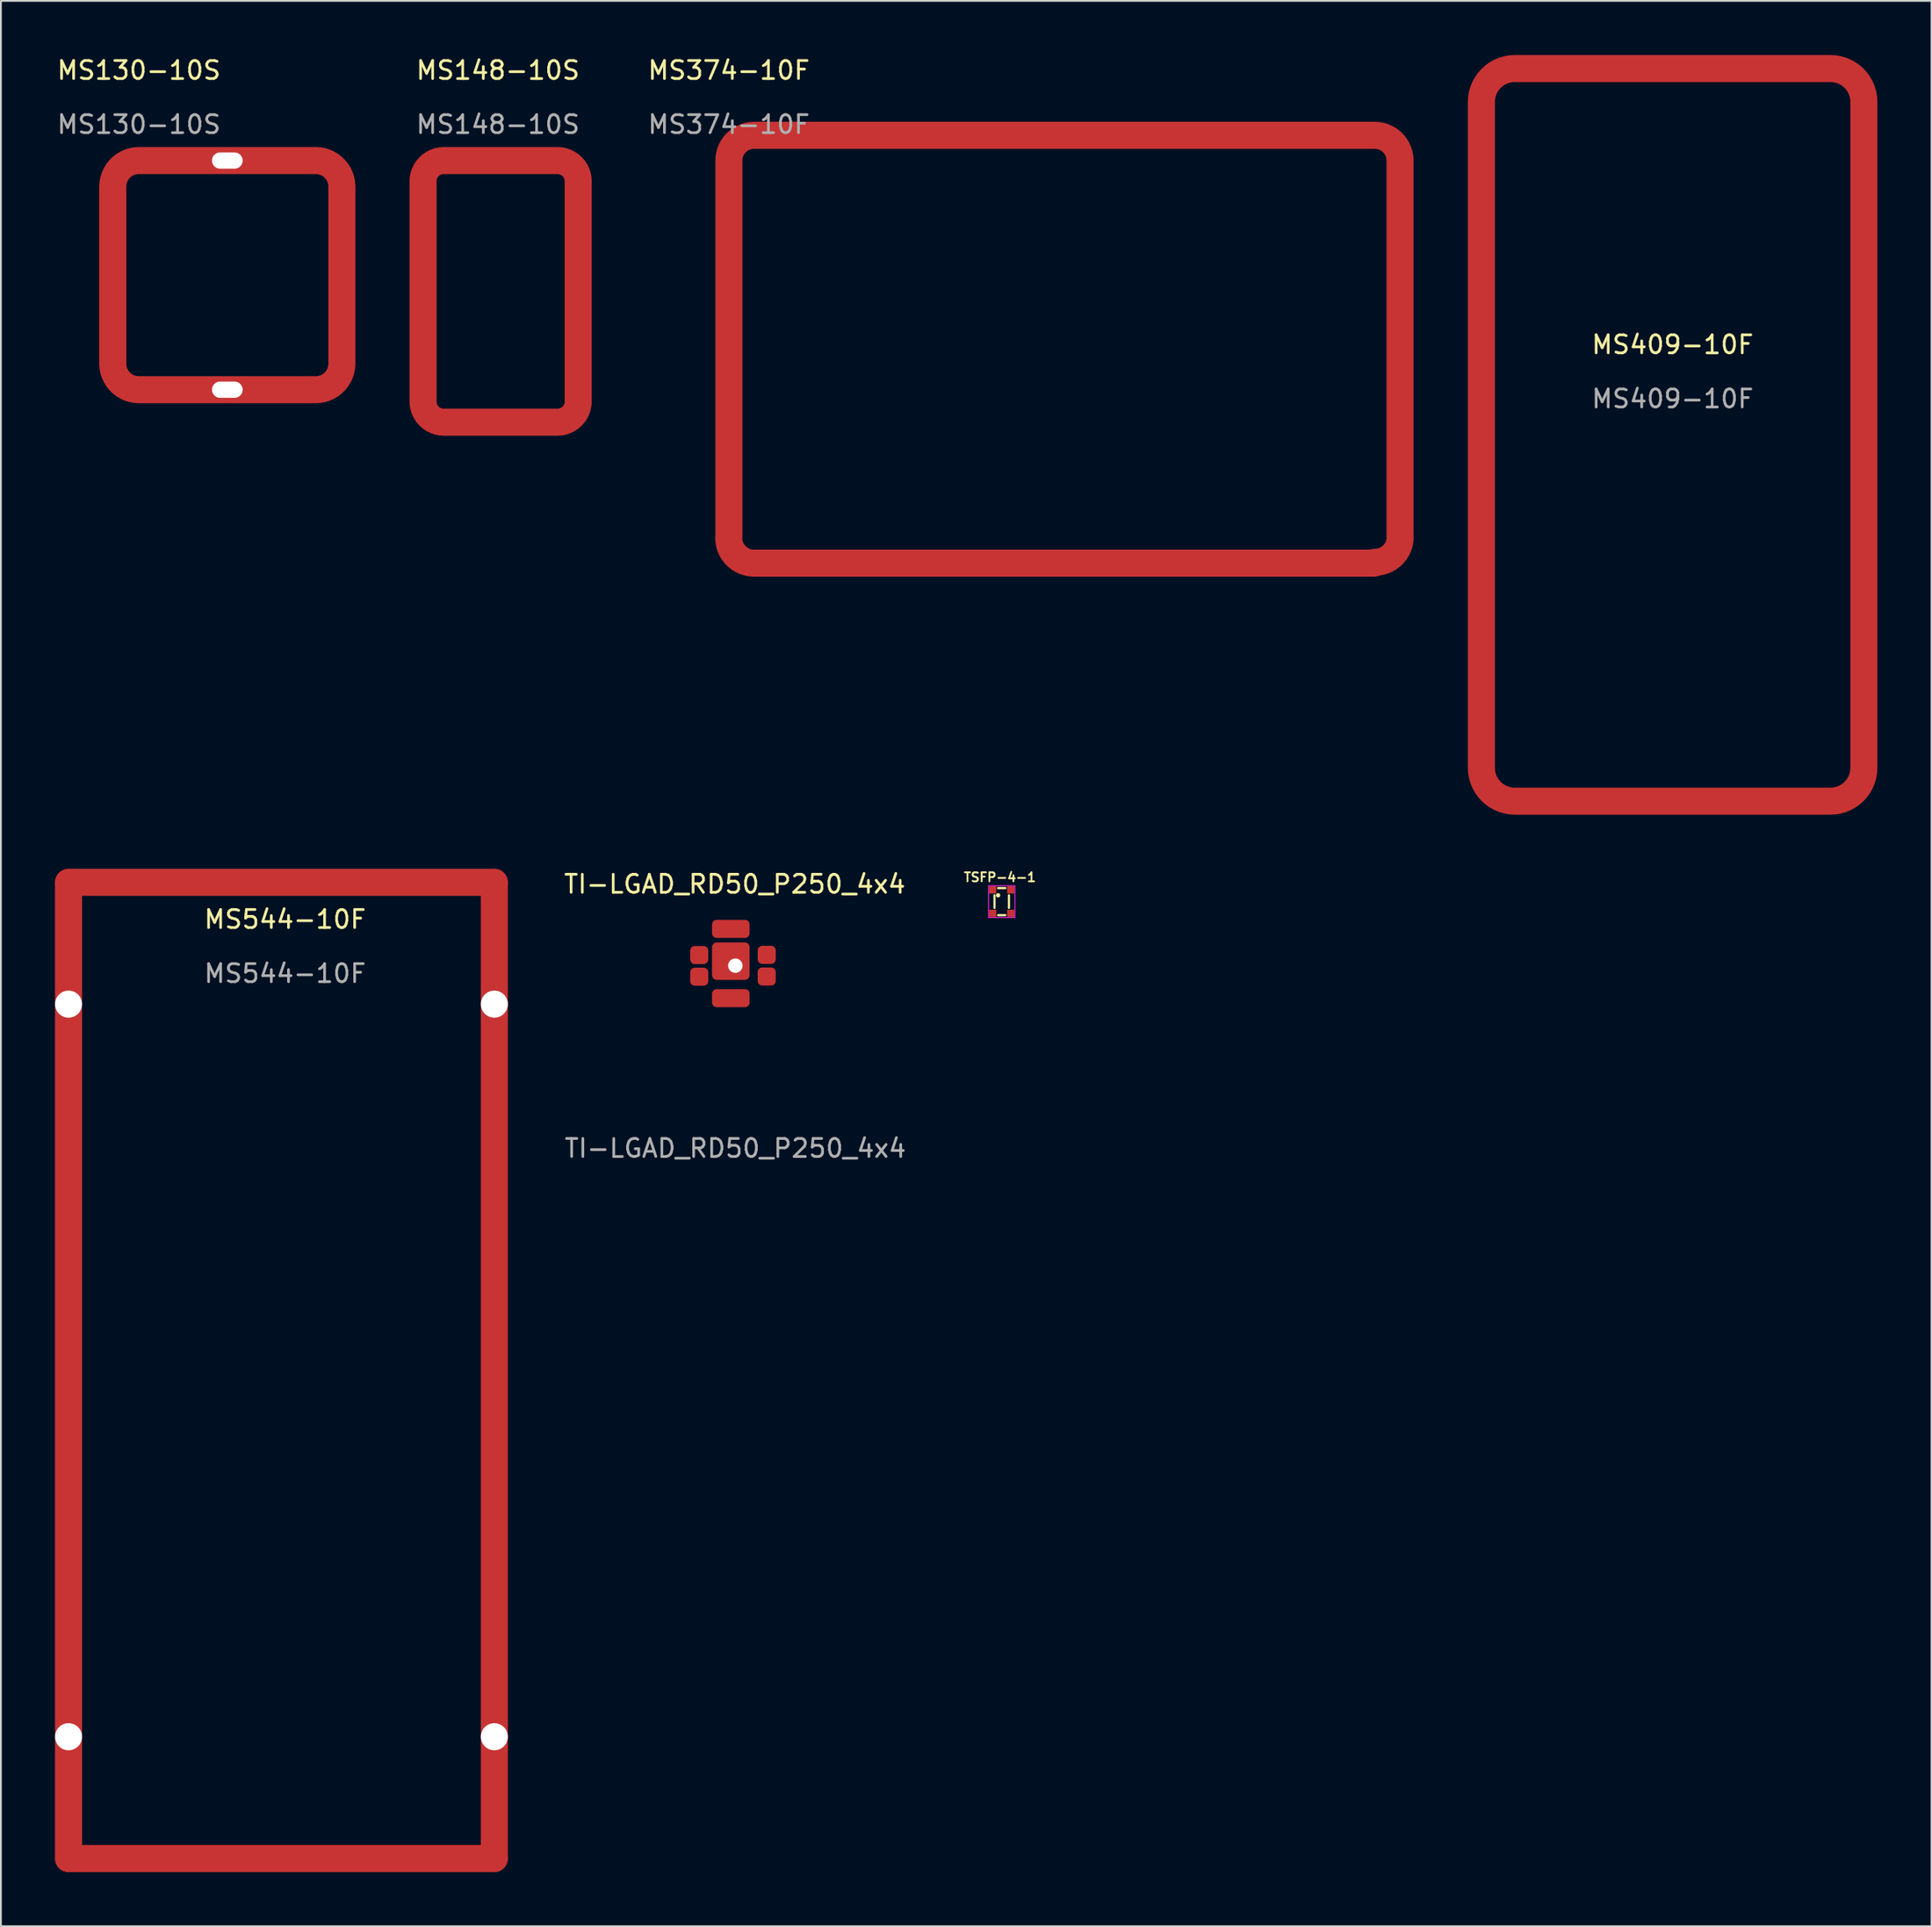
<source format=kicad_pcb>
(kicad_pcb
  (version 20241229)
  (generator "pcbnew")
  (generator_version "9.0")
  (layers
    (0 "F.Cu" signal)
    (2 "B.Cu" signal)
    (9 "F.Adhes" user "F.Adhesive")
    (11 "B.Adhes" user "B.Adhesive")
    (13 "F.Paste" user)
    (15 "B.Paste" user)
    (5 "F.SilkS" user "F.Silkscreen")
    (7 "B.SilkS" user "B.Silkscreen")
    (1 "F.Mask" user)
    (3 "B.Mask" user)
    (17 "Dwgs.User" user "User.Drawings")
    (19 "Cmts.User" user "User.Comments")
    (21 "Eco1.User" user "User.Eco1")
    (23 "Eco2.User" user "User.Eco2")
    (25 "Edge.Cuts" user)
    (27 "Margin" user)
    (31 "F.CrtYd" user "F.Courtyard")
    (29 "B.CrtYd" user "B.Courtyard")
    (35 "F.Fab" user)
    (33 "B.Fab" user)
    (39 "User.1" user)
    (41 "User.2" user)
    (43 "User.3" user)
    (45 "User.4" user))
  (footprint "MS409-10F"
    (layer "F.Cu")
    (at 89.66 21.05)
    (property "Reference" "MS409-10F" (at 0 -5 0) (unlocked yes) (layer "F.SilkS") (effects (font (size 1 1) (thickness 0.15))))
    (attr smd)
    (fp_text user "${REFERENCE}" (at 0 -2 0) (unlocked yes) (layer "F.Fab") (effects (font (size 1 1) (thickness 0.15))))
    (pad "1" smd rect (at -10.6 0 180) (size 1 36.9) (layers "F.Cu" "F.Mask" "F.Paste"))
    (pad "1" smd custom (at 0 -20.3) (size 17.5 1) (layers "F.Cu" "F.Mask" "F.Paste") (options (anchor rect)) (primitives (gr_line (start -8.75 0) (end 8.75 0) (width 1.5)) (gr_arc (start -10.6 1.85) (mid -10.05815 0.541853) (end -8.750004 0) (width 1.5)) (gr_line (start -10.6 38.75) (end -10.6 1.85) (width 1.5)) (gr_arc (start -8.75 40.6) (mid -10.058147 40.05815) (end -10.6 38.750004) (width 1.5)) (gr_line (start 8.75 40.6) (end -8.75 40.6) (width 1.5)) (gr_arc (start 10.6 38.75) (mid 10.058148 40.058148) (end 8.75 40.6) (width 1.5)) (gr_line (start 10.6 1.85) (end 10.6 38.75) (width 1.5)) (gr_arc (start 8.75 0) (mid 10.058148 0.541852) (end 10.6 1.85) (width 1.5))))
    (pad "1" smd rect (at 0 20.3) (size 17.5 1) (layers "F.Cu" "F.Mask" "F.Paste"))
    (pad "1" smd rect (at 10.6 0 180) (size 1 36.9) (layers "F.Cu" "F.Mask" "F.Paste")))
  (footprint "MS130-10S"
    (layer "F.Cu")
    (at 4.649 5.848)
    (property "Reference" "MS130-10S" (at 0 -5 0) (unlocked yes) (layer "F.SilkS") (effects (font (size 1 1) (thickness 0.15))))
    (attr smd)
    (fp_text user "${REFERENCE}" (at 0 -2 0) (unlocked yes) (layer "F.Fab") (effects (font (size 1 1) (thickness 0.15))))
    (pad "" np_thru_hole oval (at 4.9 0) (size 1.7 0.9) (drill oval 1.7 0.9) (layers "*.Cu"))
    (pad "" np_thru_hole oval (at 4.9 12.7) (size 1.7 0.9) (drill oval 1.7 0.9) (layers "*.Cu"))
    (pad "1" smd custom (at 5 -0.038) (size 10 0.925) (layers "F.Cu" "F.Mask") (options (anchor rect)) (primitives (gr_arc (start -6.449999 1.487651) (mid -6.025305 0.462347) (end -5.000001 0.037651) (width 1.5)) (gr_line (start -6.45 1.488) (end -6.45 11.288) (width 1.5)) (gr_arc (start -4.999999 12.737651) (mid -6.025303 12.312957) (end -6.449999 11.287653) (width 1.5)) (gr_line (start -5 12.738) (end 4.8 12.738) (width 1.5)) (gr_arc (start 6.250001 11.287651) (mid 5.827093 12.311165) (end 4.80506 12.737642) (width 1.5)) (gr_line (start 4.8 0.038) (end -5 0.038) (width 1.5)) (gr_line (start 6.25 1.488) (end 6.25 11.288) (width 1.5)) (gr_arc (start 4.800001 0.037651) (mid 5.823514 0.460559) (end 6.24999 1.48259) (width 1.5)))))
  (footprint "TI-LGAD_RD50_P250_4x4"
    (layer "F.Cu")
    (at 37.707 50.468)
    (property "Reference" "TI-LGAD_RD50_P250_4x4" (at -0.03 -4.52 0) (unlocked yes) (layer "F.SilkS") (effects (font (size 1 1) (thickness 0.15))))
    (attr smd)
    (fp_text user "${REFERENCE}" (at 0 10.12 0) (unlocked yes) (layer "F.Fab") (effects (font (size 1 1) (thickness 0.15))))
    (pad "" np_thru_hole circle (at 0 0 90) (size 0.8 0.8) (drill 0.8) (layers "*.Cu"))
    (pad "1" smd roundrect (at -0.25 -0.25) (size 2.08 2.08) (layers "F.Cu" "F.Mask") (roundrect_rratio 0.125))
    (pad "2" smd roundrect (at -0.25 -2.04) (size 2.08 1) (layers "F.Cu" "F.Mask") (roundrect_rratio 0.25))
    (pad "2" smd roundrect (at -0.25 1.8) (size 2.08 1) (layers "F.Cu" "F.Mask") (roundrect_rratio 0.25))
    (pad "3" smd roundrect (at -2 -0.59) (size 1 1) (layers "F.Cu" "F.Mask") (roundrect_rratio 0.25))
    (pad "4" smd roundrect (at -2 0.61) (size 1 1) (layers "F.Cu" "F.Mask") (roundrect_rratio 0.25))
    (pad "5" smd roundrect (at 1.74 0.6) (size 1 1) (layers "F.Cu" "F.Mask") (roundrect_rratio 0.25))
    (pad "6" smd roundrect (at 1.74 -0.6) (size 1 1) (layers "F.Cu" "F.Mask") (roundrect_rratio 0.25)))
  (footprint "TSFP-4-1"
    (layer "F.Cu")
    (at 51.973 46.268)
    (property "Reference" "TSFP-4-1" (at 0.4 -0.7 0) (layer "F.SilkS") (effects (font (size 0.5 0.5) (thickness 0.1))))
    (attr through_hole)
    (fp_line (start 0.1 1) (end 0.1 0.3) (stroke (width 0.12) (type solid)) (layer "F.SilkS"))
    (fp_line (start 0.3 -0.1) (end 0.7 -0.1) (stroke (width 0.12) (type solid)) (layer "F.SilkS"))
    (fp_line (start 0.7 1.4) (end 0.3 1.4) (stroke (width 0.12) (type solid)) (layer "F.SilkS"))
    (fp_line (start 0.9 0.3) (end 0.9 1) (stroke (width 0.12) (type solid)) (layer "F.SilkS"))
    (fp_circle (center 0.3 0.3) (end 0.36 0.3) (stroke (width 0.12) (type solid)) (fill no) (layer "F.SilkS"))
    (fp_rect (start -0.23 -0.23) (end 1.23 1.53) (stroke (width 0.05) (type solid)) (fill no) (layer "F.CrtYd"))
    (pad "1" smd rect (at 0 0) (size 0.4 0.4) (layers "F.Cu" "F.Mask" "F.Paste"))
    (pad "2" smd rect (at 0 1.3) (size 0.4 0.4) (layers "F.Cu" "F.Mask" "F.Paste"))
    (pad "3" smd rect (at 1 1.3) (size 0.4 0.4) (layers "F.Cu" "F.Mask" "F.Paste"))
    (pad "4" smd rect (at 1 0) (size 0.4 0.4) (layers "F.Cu" "F.Mask" "F.Paste")))
  (footprint "MS148-10S"
    (layer "F.Cu")
    (at 24.549 5.848)
    (property "Reference" "MS148-10S" (at 0 -5 0) (unlocked yes) (layer "F.SilkS") (effects (font (size 1 1) (thickness 0.15))))
    (attr smd)
    (fp_text user "${REFERENCE}" (at 0 -2 0) (unlocked yes) (layer "F.Fab") (effects (font (size 1 1) (thickness 0.15))))
    (pad "1" smd rect (at -4.15 7.075 180) (size 1 12.35) (layers "F.Cu" "F.Mask" "F.Paste"))
    (pad "1" smd rect (at 0.15 14.5) (size 6.5 1) (layers "F.Cu" "F.Mask" "F.Paste"))
    (pad "1" smd custom (at 0.4 0) (size 6.5 1) (layers "F.Cu" "F.Mask" "F.Paste") (options (anchor rect)) (primitives (gr_line (start -3.4 0) (end 2.9 0) (width 1.5)) (gr_arc (start -4.55 1.15) (mid -4.213174 0.336828) (end -3.400002 0) (width 1.5)) (gr_line (start -4.55 13.35) (end -4.55 1.15) (width 1.5)) (gr_arc (start -3.4 14.5) (mid -4.212465 14.163876) (end -4.549998 13.351995) (width 1.5)) (gr_line (start -3.4 14.5) (end 2.9 14.5) (width 1.5)) (gr_arc (start 4.05 13.35) (mid 3.713173 14.163173) (end 2.9 14.5) (width 1.5)) (gr_line (start 4.05 13.35) (end 4.05 1.15) (width 1.5)) (gr_arc (start 2.9 0) (mid 3.712488 0.336178) (end 4.049998 1.148113) (width 1.5))))
    (pad "1" smd rect (at 4.45 7.25 180) (size 1 12.35) (layers "F.Cu" "F.Mask" "F.Paste")))
  (footprint "MS544-10F"
    (layer "F.Cu")
    (at 0.75 72.9)
    (property "Reference" "MS544-10F" (at 12 -25 0) (unlocked yes) (layer "F.SilkS") (effects (font (size 1 1) (thickness 0.15))))
    (attr smd)
    (fp_text user "${REFERENCE}" (at 12 -22 0) (unlocked yes) (layer "F.Fab") (effects (font (size 1 1) (thickness 0.15))))
    (pad "" np_thru_hole circle (at 0 -20.3) (size 1.5 1.5) (drill 1.5) (layers "*.Cu" "*.Mask"))
    (pad "" np_thru_hole circle (at 0 20.3) (size 1.5 1.5) (drill 1.5) (layers "*.Cu" "*.Mask"))
    (pad "" np_thru_hole circle (at 23.6 -20.3) (size 1.5 1.5) (drill 1.5) (layers "*.Cu" "*.Mask"))
    (pad "" np_thru_hole circle (at 23.6 20.3) (size 1.5 1.5) (drill 1.5) (layers "*.Cu" "*.Mask"))
    (pad "1" smd roundrect (at 0 0) (size 1.5 55.6) (layers "F.Cu" "F.Mask" "F.Paste") (roundrect_rratio 0.5))
    (pad "1" smd roundrect (at 11.8 -27.05) (size 25.1 1.5) (layers "F.Cu" "F.Mask" "F.Paste") (roundrect_rratio 0.5))
    (pad "1" smd roundrect (at 11.8 27.05) (size 25.1 1.5) (layers "F.Cu" "F.Mask" "F.Paste") (roundrect_rratio 0.5))
    (pad "1" smd roundrect (at 23.6 0) (size 1.5 55.6) (layers "F.Cu" "F.Mask" "F.Paste") (roundrect_rratio 0.5)))
  (footprint "MS374-10F"
    (layer "F.Cu")
    (at 37.35 5.848)
    (property "Reference" "MS374-10F" (at 0 -5 0) (unlocked yes) (layer "F.SilkS") (effects (font (size 1 1) (thickness 0.15))))
    (attr smd)
    (fp_text user "${REFERENCE}" (at 0 -2 0) (unlocked yes) (layer "F.Fab") (effects (font (size 1 1) (thickness 0.15))))
    (pad "1" smd custom (at 0 11) (size 1 1) (layers "F.Cu" "F.Mask" "F.Paste") (options (anchor rect)) (primitives (gr_line (start 0 9.9) (end 0 -11) (width 1.5)) (gr_arc (start 1.389592 11.310408) (mid 0.4 10.9) (end -0.010408 9.910408) (width 1.5)) (gr_line (start 1.39 11.31) (end 35.79 11.31) (width 1.5)) (gr_arc (start 37.210408 9.860408) (mid 36.8 10.85) (end 35.810408 11.260408) (width 1.5)) (gr_line (start 37.2 9.85) (end 37.2 -11.05) (width 1.5)) (gr_arc (start 35.8 -12.4) (mid 36.789592 -11.989592) (end 37.2 -11) (width 1.5)) (gr_arc (start 0 -11) (mid 0.410051 -11.989949) (end 1.4 -12.4) (width 1.5)) (gr_line (start 1.4 -12.4) (end 35.8 -12.4) (width 1.5)))))
  (gr_rect
    (start -3 -3)
    (end 104.01 103.7)
    (stroke (width 0.1) (type default))
    (fill no)
    (layer "Edge.Cuts")))
</source>
